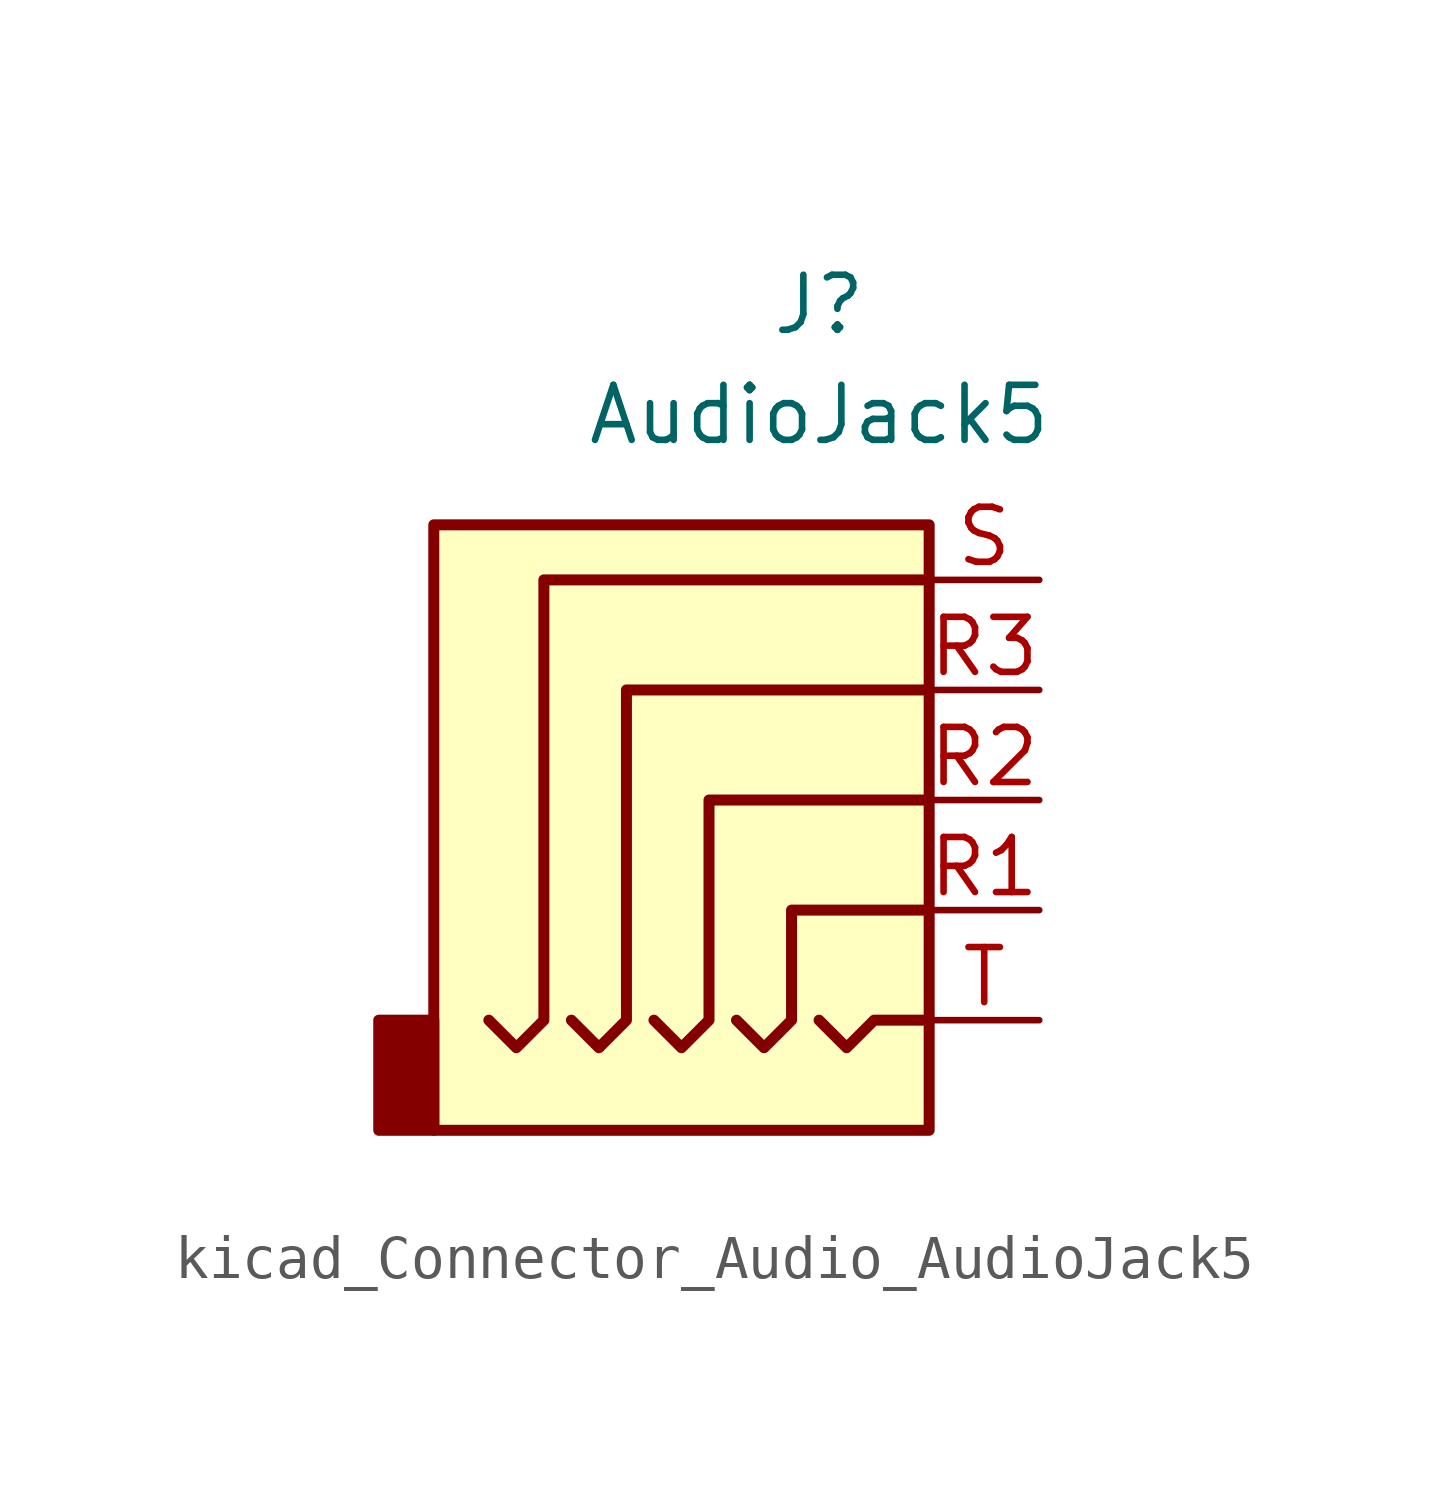
<source format=kicad_sym>
(kicad_symbol_lib
  (version 20220914)
  (generator kicad_symbol_editor)
  (symbol "kicad_Connector_Audio_AudioJack5"
    (property "Reference" "J"
      (at 0 11.43 0)
      (effects (font (size 1.27 1.27))))
    (property "Value" "AudioJack5"
      (at 0 8.89 0)
      (effects (font (size 1.27 1.27))))
    (symbol "kicad_Connector_Audio_AudioJack5_0_1"
      (rectangle (start -8.89 -5.08) (end -10.16 -7.62) (stroke (width 0.254) (type default)) (fill (type outline)))
      (polyline (pts (xy 0 -5.08) (xy 0.635 -5.715) (xy 1.27 -5.08) (xy 2.54 -5.08)) (stroke (width 0.254) (type default)) (fill (type none)))
      (polyline (pts (xy -5.715 -5.08) (xy -5.08 -5.715) (xy -4.445 -5.08) (xy -4.445 2.54) (xy 2.54 2.54)) (stroke (width 0.254) (type default)) (fill (type none)))
      (polyline (pts (xy -1.905 -5.08) (xy -1.27 -5.715) (xy -0.635 -5.08) (xy -0.635 -2.54) (xy 2.54 -2.54)) (stroke (width 0.254) (type default)) (fill (type none)))
      (polyline (pts (xy 2.54 0) (xy -2.54 0) (xy -2.54 -5.08) (xy -3.175 -5.715) (xy -3.81 -5.08)) (stroke (width 0.254) (type default)) (fill (type none)))
      (polyline (pts (xy 2.54 5.08) (xy -6.35 5.08) (xy -6.35 -5.08) (xy -6.985 -5.715) (xy -7.62 -5.08)) (stroke (width 0.254) (type default)) (fill (type none)))
      (rectangle (start 2.54 6.35) (end -8.89 -7.62) (stroke (width 0.254) (type default)) (fill (type background))))
    (symbol "kicad_Connector_Audio_AudioJack5_1_1"
      (pin passive line (at 5.08 -2.54 180) (length 2.54) (name "~" (effects (font (size 1.27 1.27)))) (number "R1" (effects (font (size 1.27 1.27)))))
      (pin passive line (at 5.08 0 180) (length 2.54) (name "~" (effects (font (size 1.27 1.27)))) (number "R2" (effects (font (size 1.27 1.27)))))
      (pin passive line (at 5.08 2.54 180) (length 2.54) (name "~" (effects (font (size 1.27 1.27)))) (number "R3" (effects (font (size 1.27 1.27)))))
      (pin passive line (at 5.08 5.08 180) (length 2.54) (name "~" (effects (font (size 1.27 1.27)))) (number "S" (effects (font (size 1.27 1.27)))))
      (pin passive line (at 5.08 -5.08 180) (length 2.54) (name "~" (effects (font (size 1.27 1.27)))) (number "T" (effects (font (size 1.27 1.27))))))))
</source>
